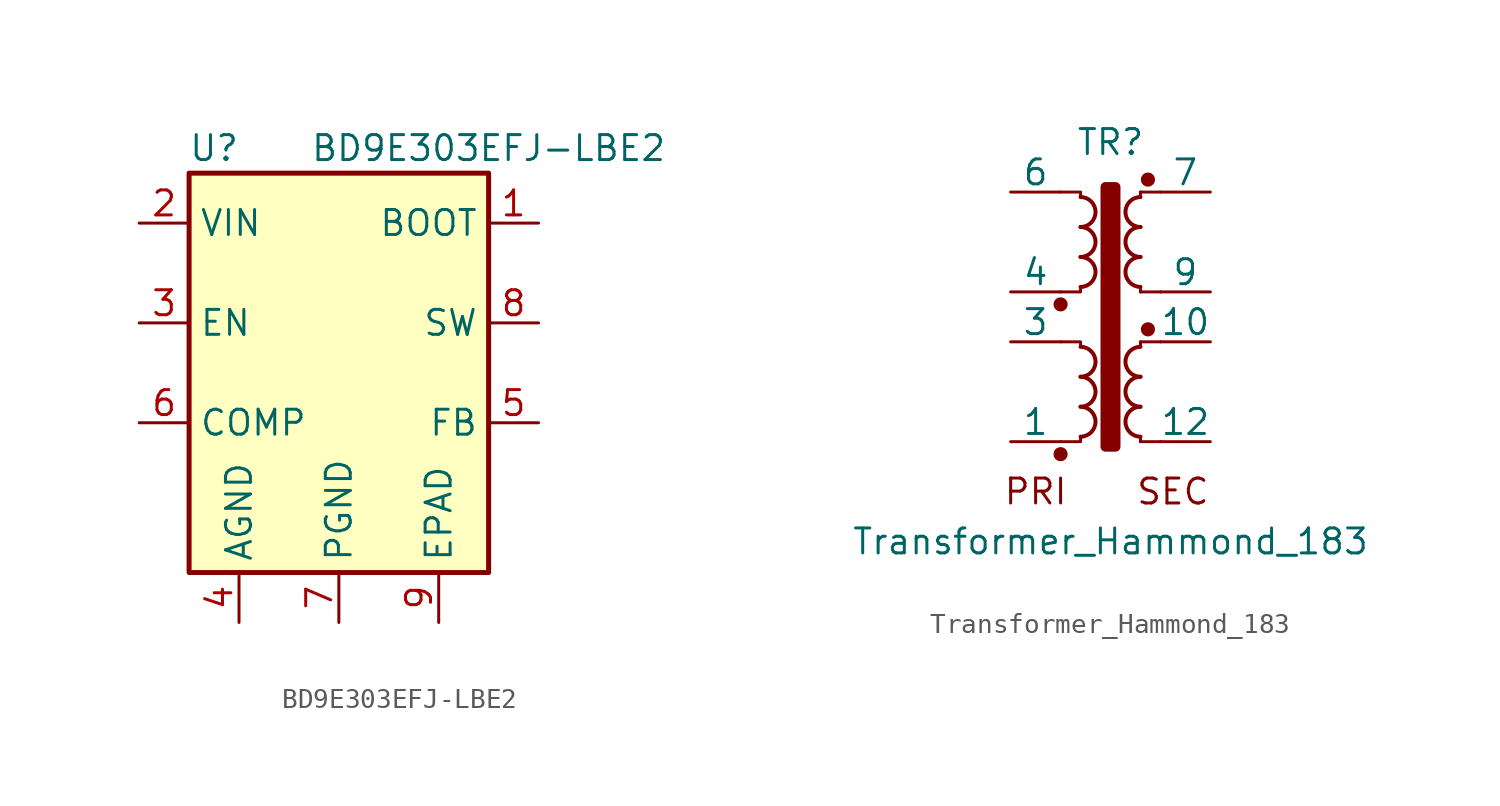
<source format=kicad_sym>
(kicad_symbol_lib
  (version 20211014)
  (generator kicad_symbol_editor)
  (symbol "BD9E303EFJ-LBE2"
    (property "Reference" "U"
      (at -6.35 11.43 0)
      (effects (font (size 1.27 1.27))))
    (property "Value" "BD9E303EFJ-LBE2"
      (at 7.62 11.43 0)
      (effects (font (size 1.27 1.27))))
    (symbol "BD9E303EFJ-LBE2_0_1"
      (rectangle (start -7.62 10.16) (end 7.62 -10.16) (stroke (width 0.254) (type default) (color 0 0 0 0)) (fill (type background))))
    (symbol "BD9E303EFJ-LBE2_1_1"
      (pin input line (at 10.16 7.62 180) (length 2.54) (name "BOOT" (effects (font (size 1.27 1.27)))) (number "1" (effects (font (size 1.27 1.27)))))
      (pin power_in line (at -10.16 7.62 0) (length 2.54) (name "VIN" (effects (font (size 1.27 1.27)))) (number "2" (effects (font (size 1.27 1.27)))))
      (pin input line (at -10.16 2.54 0) (length 2.54) (name "EN" (effects (font (size 1.27 1.27)))) (number "3" (effects (font (size 1.27 1.27)))))
      (pin power_in line (at -5.08 -12.7 90) (length 2.54) (name "AGND" (effects (font (size 1.27 1.27)))) (number "4" (effects (font (size 1.27 1.27)))))
      (pin input line (at 10.16 -2.54 180) (length 2.54) (name "FB" (effects (font (size 1.27 1.27)))) (number "5" (effects (font (size 1.27 1.27)))))
      (pin input line (at -10.16 -2.54 0) (length 2.54) (name "COMP" (effects (font (size 1.27 1.27)))) (number "6" (effects (font (size 1.27 1.27)))))
      (pin power_in line (at 0 -12.7 90) (length 2.54) (name "PGND" (effects (font (size 1.27 1.27)))) (number "7" (effects (font (size 1.27 1.27)))))
      (pin output line (at 10.16 2.54 180) (length 2.54) (name "SW" (effects (font (size 1.27 1.27)))) (number "8" (effects (font (size 1.27 1.27)))))
      (pin power_in line (at 5.08 -12.7 90) (length 2.54) (name "EPAD" (effects (font (size 1.27 1.27)))) (number "9" (effects (font (size 1.27 1.27)))))))
  (symbol "Transformer_Hammond_183"
    (pin_numbers hide)
    (pin_names
      (offset 0))
    (property "Reference" "TR"
      (at 0 10.16 0)
      (effects (font (size 1.27 1.27))))
    (property "Value" "Transformer_Hammond_183"
      (at 0 -10.16 0)
      (effects (font (size 1.27 1.27))))
    (symbol "Transformer_Hammond_183_0_0"
      (circle (center -2.54 -5.715) (radius 0.283) (stroke (width 0.152) (type default) (color 0 0 0 0)) (fill (type outline)))
      (circle (center -2.54 1.905) (radius 0.283) (stroke (width 0.152) (type default) (color 0 0 0 0)) (fill (type outline)))
      (circle (center 1.905 0.635) (radius 0.283) (stroke (width 0.152) (type default) (color 0 0 0 0)) (fill (type outline)))
      (circle (center 1.905 8.255) (radius 0.283) (stroke (width 0.152) (type default) (color 0 0 0 0)) (fill (type outline)))
      (text "PRI" (at -3.81 -7.62 0) (effects (font (size 1.27 1.27))))
      (text "SEC" (at 3.175 -7.62 0) (effects (font (size 1.27 1.27)))))
    (symbol "Transformer_Hammond_183_0_1"
      (arc (start -1.524 -4.826) (mid -0.762 -4.064) (end -1.524 -3.302) (stroke (width 0.2032) (type default) (color 0 0 0 0)) (fill (type none)))
      (arc (start -1.524 -3.302) (mid -0.762 -2.54) (end -1.524 -1.778) (stroke (width 0.2032) (type default) (color 0 0 0 0)) (fill (type none)))
      (arc (start -1.524 -1.778) (mid -0.762 -1.016) (end -1.524 -0.254) (stroke (width 0.2032) (type default) (color 0 0 0 0)) (fill (type none)))
      (arc (start -1.524 2.794) (mid -0.762 3.556) (end -1.524 4.318) (stroke (width 0.2032) (type default) (color 0 0 0 0)) (fill (type none)))
      (arc (start -1.524 4.318) (mid -0.762 5.08) (end -1.524 5.842) (stroke (width 0.2032) (type default) (color 0 0 0 0)) (fill (type none)))
      (arc (start -1.524 5.842) (mid -0.762 6.604) (end -1.524 7.366) (stroke (width 0.2032) (type default) (color 0 0 0 0)) (fill (type none)))
      (rectangle (start -0.254 7.874) (end 0.254 -5.334) (stroke (width 0.508) (type default) (color 0 0 0 0)) (fill (type outline)))
      (polyline (pts (xy 1.524 -4.826) (xy 1.524 -5.08) (xy 1.524 -5.08)) (stroke (width 0) (type default) (color 0 0 0 0)) (fill (type outline)))
      (polyline (pts (xy 1.524 0) (xy 1.524 -0.254) (xy 1.524 -0.254)) (stroke (width 0) (type default) (color 0 0 0 0)) (fill (type outline)))
      (polyline (pts (xy 1.524 0) (xy 2.54 0) (xy 2.54 0)) (stroke (width 0) (type default) (color 0 0 0 0)) (fill (type none)))
      (polyline (pts (xy 1.524 2.54) (xy 1.524 2.794) (xy 1.524 2.794)) (stroke (width 0) (type default) (color 0 0 0 0)) (fill (type outline)))
      (polyline (pts (xy 1.524 2.54) (xy 2.54 2.54) (xy 2.54 2.54)) (stroke (width 0) (type default) (color 0 0 0 0)) (fill (type none)))
      (polyline (pts (xy 1.524 7.62) (xy 1.524 7.366) (xy 1.524 7.366)) (stroke (width 0) (type default) (color 0 0 0 0)) (fill (type outline)))
      (polyline (pts (xy 1.524 7.62) (xy 2.54 7.62) (xy 2.54 7.62)) (stroke (width 0) (type default) (color 0 0 0 0)) (fill (type none)))
      (polyline (pts (xy 2.54 -5.08) (xy 1.524 -5.08) (xy 1.524 -5.08)) (stroke (width 0) (type default) (color 0 0 0 0)) (fill (type none)))
      (polyline (pts (xy -1.524 -4.826) (xy -1.524 -5.08) (xy -2.54 -5.08) (xy -2.54 -5.08)) (stroke (width 0) (type default) (color 0 0 0 0)) (fill (type none)))
      (polyline (pts (xy -1.524 -0.254) (xy -1.524 0) (xy -2.54 0) (xy -2.54 0)) (stroke (width 0) (type default) (color 0 0 0 0)) (fill (type none)))
      (polyline (pts (xy -1.524 2.794) (xy -1.524 2.54) (xy -2.54 2.54) (xy -2.54 2.54)) (stroke (width 0) (type default) (color 0 0 0 0)) (fill (type none)))
      (polyline (pts (xy -1.524 7.366) (xy -1.524 7.62) (xy -2.54 7.62) (xy -2.54 7.62)) (stroke (width 0) (type default) (color 0 0 0 0)) (fill (type none)))
      (arc (start 1.524 -3.302) (mid 0.762 -4.064) (end 1.524 -4.826) (stroke (width 0.2032) (type default) (color 0 0 0 0)) (fill (type none)))
      (arc (start 1.524 -1.778) (mid 0.762 -2.54) (end 1.524 -3.302) (stroke (width 0.2032) (type default) (color 0 0 0 0)) (fill (type none)))
      (arc (start 1.524 -0.254) (mid 0.762 -1.016) (end 1.524 -1.778) (stroke (width 0.2032) (type default) (color 0 0 0 0)) (fill (type none)))
      (arc (start 1.524 4.318) (mid 0.762 3.556) (end 1.524 2.794) (stroke (width 0.2032) (type default) (color 0 0 0 0)) (fill (type none)))
      (arc (start 1.524 5.842) (mid 0.762 5.08) (end 1.524 4.318) (stroke (width 0.2032) (type default) (color 0 0 0 0)) (fill (type none)))
      (arc (start 1.524 7.366) (mid 0.762 6.604) (end 1.524 5.842) (stroke (width 0.2032) (type default) (color 0 0 0 0)) (fill (type none))))
    (symbol "Transformer_Hammond_183_1_1"
      (pin passive line (at -5.08 -5.08 0) (length 2.54) (name "1" (effects (font (size 1.27 1.27)))) (number "1" (effects (font (size 1.27 1.27)))))
      (pin passive line (at 5.08 0 180) (length 2.54) (name "10" (effects (font (size 1.27 1.27)))) (number "10" (effects (font (size 1.27 1.27)))))
      (pin passive line (at 5.08 -5.08 180) (length 2.54) (name "12" (effects (font (size 1.27 1.27)))) (number "12" (effects (font (size 1.27 1.27)))))
      (pin passive line (at -5.08 0 0) (length 2.54) (name "3" (effects (font (size 1.27 1.27)))) (number "3" (effects (font (size 1.27 1.27)))))
      (pin passive line (at -5.08 2.54 0) (length 2.54) (name "4" (effects (font (size 1.27 1.27)))) (number "4" (effects (font (size 1.27 1.27)))))
      (pin passive line (at -5.08 7.62 0) (length 2.54) (name "6" (effects (font (size 1.27 1.27)))) (number "6" (effects (font (size 1.27 1.27)))))
      (pin passive line (at 5.08 7.62 180) (length 2.54) (name "7" (effects (font (size 1.27 1.27)))) (number "7" (effects (font (size 1.27 1.27)))))
      (pin passive line (at 5.08 2.54 180) (length 2.54) (name "9" (effects (font (size 1.27 1.27)))) (number "9" (effects (font (size 1.27 1.27))))))))
</source>
